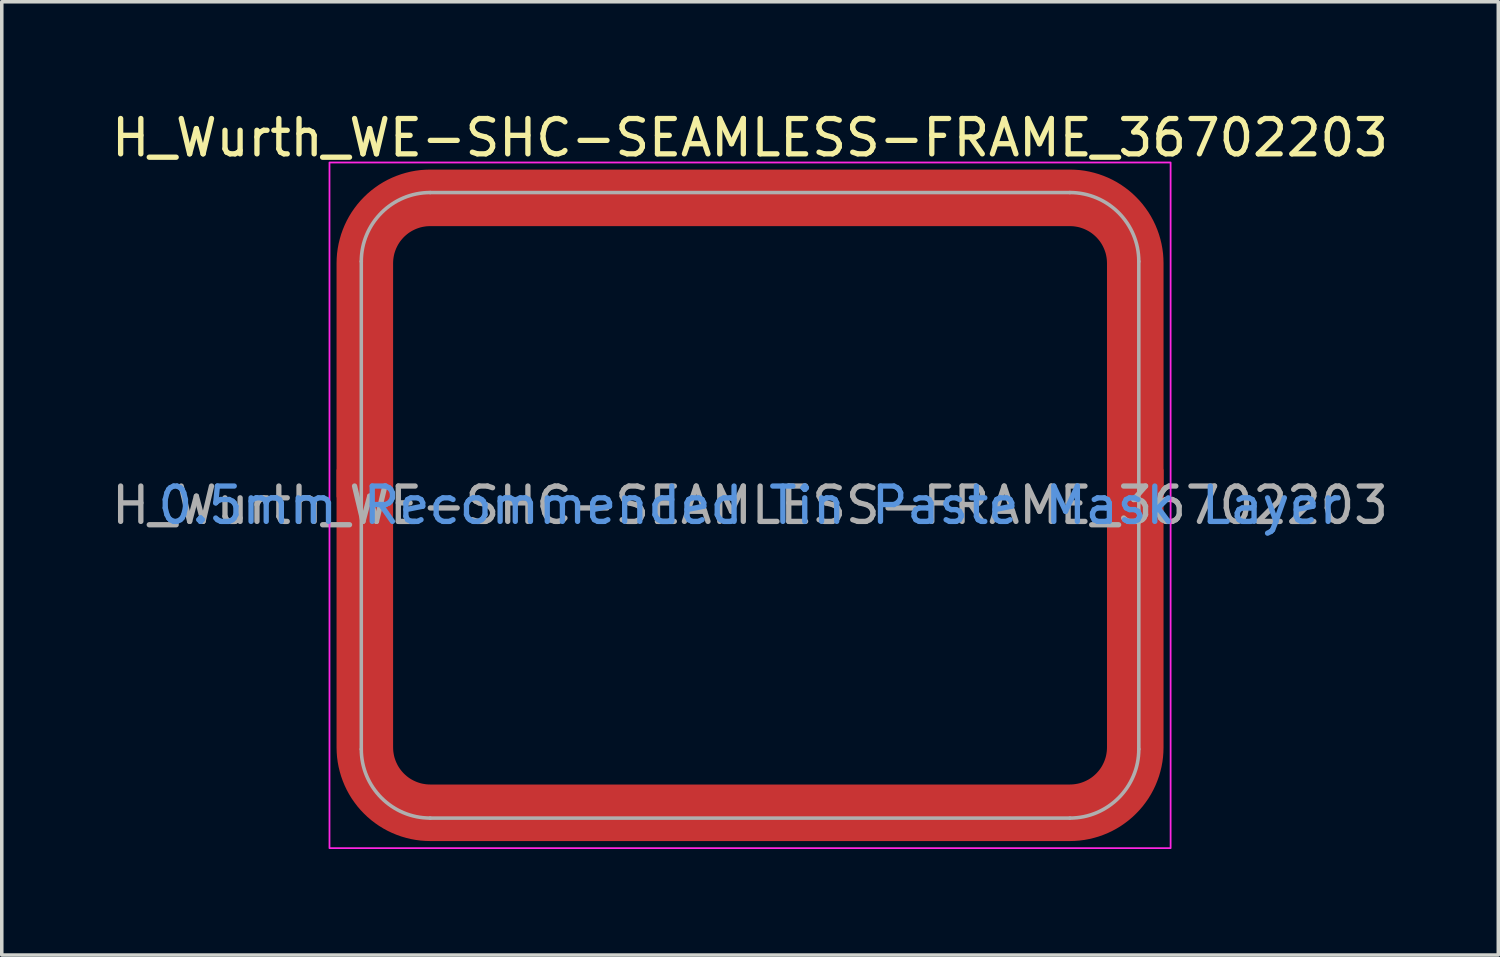
<source format=kicad_pcb>
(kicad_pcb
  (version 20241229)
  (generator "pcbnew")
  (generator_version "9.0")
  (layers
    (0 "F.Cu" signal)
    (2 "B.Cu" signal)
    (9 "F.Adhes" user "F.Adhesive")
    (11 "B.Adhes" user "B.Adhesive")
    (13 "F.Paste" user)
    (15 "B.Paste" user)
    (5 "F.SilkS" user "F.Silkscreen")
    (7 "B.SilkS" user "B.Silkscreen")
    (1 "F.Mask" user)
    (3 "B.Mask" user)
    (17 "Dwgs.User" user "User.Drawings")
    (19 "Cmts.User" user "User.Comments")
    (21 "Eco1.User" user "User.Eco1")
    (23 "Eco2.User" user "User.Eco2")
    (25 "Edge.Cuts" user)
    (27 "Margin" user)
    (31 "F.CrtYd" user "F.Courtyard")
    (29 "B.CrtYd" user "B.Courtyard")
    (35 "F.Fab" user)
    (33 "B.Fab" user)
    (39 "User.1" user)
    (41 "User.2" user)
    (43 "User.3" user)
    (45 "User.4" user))
  (footprint "H_Wurth_WE-SHC-SEAMLESS-FRAME_36702203"
    (layer "F.Cu")
    (at 18.173 11.248)
    (property "Reference" "H_Wurth_WE-SHC-SEAMLESS-FRAME_36702203" (at 0 -10.4 0) (unlocked yes) (layer "F.SilkS") (effects (font (size 1 1) (thickness 0.15))))
    (attr smd)
    (fp_poly (pts (xy -10.15 -0.25) (xy -11.65 -0.25) (xy -11.65 -6.85) (xy -11.646 -6.986) (xy -11.636 -7.122) (xy -11.618 -7.257) (xy -11.593 -7.391) (xy -11.561 -7.523) (xy -11.523 -7.653) (xy -11.477 -7.782) (xy -11.425 -7.908) (xy -11.367 -8.03) (xy -11.302 -8.15) (xy -11.231 -8.266) (xy -11.153 -8.378) (xy -11.071 -8.486) (xy -10.982 -8.59) (xy -10.888 -8.688) (xy -10.79 -8.782) (xy -10.686 -8.871) (xy -10.578 -8.953) (xy -10.466 -9.031) (xy -10.35 -9.102) (xy -10.23 -9.167) (xy -10.108 -9.225) (xy -9.982 -9.277) (xy -9.853 -9.323) (xy -9.723 -9.361) (xy -9.591 -9.393) (xy -9.457 -9.418) (xy -9.322 -9.436) (xy -9.186 -9.446) (xy -9.05 -9.45) (xy 9.05 -9.45) (xy 9.186 -9.446) (xy 9.322 -9.436) (xy 9.457 -9.418) (xy 9.591 -9.393) (xy 9.723 -9.361) (xy 9.853 -9.323) (xy 9.982 -9.277) (xy 10.108 -9.225) (xy 10.23 -9.167) (xy 10.35 -9.102) (xy 10.466 -9.031) (xy 10.578 -8.953) (xy 10.686 -8.871) (xy 10.79 -8.782) (xy 10.888 -8.688) (xy 10.982 -8.59) (xy 11.071 -8.486) (xy 11.153 -8.378) (xy 11.231 -8.266) (xy 11.302 -8.15) (xy 11.367 -8.03) (xy 11.425 -7.908) (xy 11.477 -7.782) (xy 11.523 -7.653) (xy 11.561 -7.523) (xy 11.593 -7.391) (xy 11.618 -7.257) (xy 11.636 -7.122) (xy 11.646 -6.986) (xy 11.65 -6.85) (xy 11.65 -0.25) (xy 10.15 -0.25) (xy 10.15 -6.85) (xy 10.148 -6.908) (xy 10.144 -6.965) (xy 10.136 -7.022) (xy 10.126 -7.079) (xy 10.113 -7.135) (xy 10.096 -7.19) (xy 10.077 -7.244) (xy 10.055 -7.297) (xy 10.03 -7.349) (xy 10.003 -7.4) (xy 9.973 -7.449) (xy 9.94 -7.497) (xy 9.905 -7.542) (xy 9.867 -7.586) (xy 9.828 -7.628) (xy 9.786 -7.667) (xy 9.742 -7.705) (xy 9.697 -7.74) (xy 9.649 -7.773) (xy 9.6 -7.803) (xy 9.549 -7.83) (xy 9.497 -7.855) (xy 9.444 -7.877) (xy 9.39 -7.896) (xy 9.335 -7.913) (xy 9.279 -7.926) (xy 9.222 -7.936) (xy 9.165 -7.944) (xy 9.108 -7.948) (xy 9.05 -7.95) (xy -9.05 -7.95) (xy -9.108 -7.948) (xy -9.165 -7.944) (xy -9.222 -7.936) (xy -9.279 -7.926) (xy -9.335 -7.913) (xy -9.39 -7.896) (xy -9.444 -7.877) (xy -9.497 -7.855) (xy -9.549 -7.83) (xy -9.6 -7.803) (xy -9.649 -7.773) (xy -9.697 -7.74) (xy -9.742 -7.705) (xy -9.786 -7.667) (xy -9.828 -7.628) (xy -9.867 -7.586) (xy -9.905 -7.542) (xy -9.94 -7.497) (xy -9.973 -7.449) (xy -10.003 -7.4) (xy -10.03 -7.349) (xy -10.055 -7.297) (xy -10.077 -7.244) (xy -10.096 -7.19) (xy -10.113 -7.135) (xy -10.126 -7.079) (xy -10.136 -7.022) (xy -10.144 -6.965) (xy -10.148 -6.908) (xy -10.15 -6.85) (xy -10.15 -0.25)) (stroke (width 0.1) (type solid)) (fill yes) (layer "F.Cu"))
    (fp_poly (pts (xy -10.15 -0.25) (xy -11.65 -0.25) (xy -11.65 -6.85) (xy -11.646 -6.986) (xy -11.636 -7.122) (xy -11.618 -7.257) (xy -11.593 -7.391) (xy -11.561 -7.523) (xy -11.523 -7.653) (xy -11.477 -7.782) (xy -11.425 -7.908) (xy -11.367 -8.03) (xy -11.302 -8.15) (xy -11.231 -8.266) (xy -11.153 -8.378) (xy -11.071 -8.486) (xy -10.982 -8.59) (xy -10.888 -8.688) (xy -10.79 -8.782) (xy -10.686 -8.871) (xy -10.578 -8.953) (xy -10.466 -9.031) (xy -10.35 -9.102) (xy -10.23 -9.167) (xy -10.108 -9.225) (xy -9.982 -9.277) (xy -9.853 -9.323) (xy -9.723 -9.361) (xy -9.591 -9.393) (xy -9.457 -9.418) (xy -9.322 -9.436) (xy -9.186 -9.446) (xy -9.05 -9.45) (xy 9.05 -9.45) (xy 9.186 -9.446) (xy 9.322 -9.436) (xy 9.457 -9.418) (xy 9.591 -9.393) (xy 9.723 -9.361) (xy 9.853 -9.323) (xy 9.982 -9.277) (xy 10.108 -9.225) (xy 10.23 -9.167) (xy 10.35 -9.102) (xy 10.466 -9.031) (xy 10.578 -8.953) (xy 10.686 -8.871) (xy 10.79 -8.782) (xy 10.888 -8.688) (xy 10.982 -8.59) (xy 11.071 -8.486) (xy 11.153 -8.378) (xy 11.231 -8.266) (xy 11.302 -8.15) (xy 11.367 -8.03) (xy 11.425 -7.908) (xy 11.477 -7.782) (xy 11.523 -7.653) (xy 11.561 -7.523) (xy 11.593 -7.391) (xy 11.618 -7.257) (xy 11.636 -7.122) (xy 11.646 -6.986) (xy 11.65 -6.85) (xy 11.65 -0.25) (xy 10.15 -0.25) (xy 10.15 -6.85) (xy 10.148 -6.908) (xy 10.144 -6.965) (xy 10.136 -7.022) (xy 10.126 -7.079) (xy 10.113 -7.135) (xy 10.096 -7.19) (xy 10.077 -7.244) (xy 10.055 -7.297) (xy 10.03 -7.349) (xy 10.003 -7.4) (xy 9.973 -7.449) (xy 9.94 -7.497) (xy 9.905 -7.542) (xy 9.867 -7.586) (xy 9.828 -7.628) (xy 9.786 -7.667) (xy 9.742 -7.705) (xy 9.697 -7.74) (xy 9.649 -7.773) (xy 9.6 -7.803) (xy 9.549 -7.83) (xy 9.497 -7.855) (xy 9.444 -7.877) (xy 9.39 -7.896) (xy 9.335 -7.913) (xy 9.279 -7.926) (xy 9.222 -7.936) (xy 9.165 -7.944) (xy 9.108 -7.948) (xy 9.05 -7.95) (xy -9.05 -7.95) (xy -9.108 -7.948) (xy -9.165 -7.944) (xy -9.222 -7.936) (xy -9.279 -7.926) (xy -9.335 -7.913) (xy -9.39 -7.896) (xy -9.444 -7.877) (xy -9.497 -7.855) (xy -9.549 -7.83) (xy -9.6 -7.803) (xy -9.649 -7.773) (xy -9.697 -7.74) (xy -9.742 -7.705) (xy -9.786 -7.667) (xy -9.828 -7.628) (xy -9.867 -7.586) (xy -9.905 -7.542) (xy -9.94 -7.497) (xy -9.973 -7.449) (xy -10.003 -7.4) (xy -10.03 -7.349) (xy -10.055 -7.297) (xy -10.077 -7.244) (xy -10.096 -7.19) (xy -10.113 -7.135) (xy -10.126 -7.079) (xy -10.136 -7.022) (xy -10.144 -6.965) (xy -10.148 -6.908) (xy -10.15 -6.85) (xy -10.15 -0.25)) (stroke (width 0.1) (type solid)) (fill yes) (layer "F.Mask"))
    (fp_poly (pts (xy -10.15 -0.25) (xy -11.65 -0.25) (xy -11.65 -6.85) (xy -11.646 -6.986) (xy -11.636 -7.122) (xy -11.618 -7.257) (xy -11.593 -7.391) (xy -11.561 -7.523) (xy -11.523 -7.653) (xy -11.477 -7.782) (xy -11.425 -7.908) (xy -11.367 -8.03) (xy -11.302 -8.15) (xy -11.231 -8.266) (xy -11.153 -8.378) (xy -11.071 -8.486) (xy -10.982 -8.59) (xy -10.888 -8.688) (xy -10.79 -8.782) (xy -10.686 -8.871) (xy -10.578 -8.953) (xy -10.466 -9.031) (xy -10.35 -9.102) (xy -10.23 -9.167) (xy -10.108 -9.225) (xy -9.982 -9.277) (xy -9.853 -9.323) (xy -9.723 -9.361) (xy -9.591 -9.393) (xy -9.457 -9.418) (xy -9.322 -9.436) (xy -9.186 -9.446) (xy -9.05 -9.45) (xy 9.05 -9.45) (xy 9.186 -9.446) (xy 9.322 -9.436) (xy 9.457 -9.418) (xy 9.591 -9.393) (xy 9.723 -9.361) (xy 9.853 -9.323) (xy 9.982 -9.277) (xy 10.108 -9.225) (xy 10.23 -9.167) (xy 10.35 -9.102) (xy 10.466 -9.031) (xy 10.578 -8.953) (xy 10.686 -8.871) (xy 10.79 -8.782) (xy 10.888 -8.688) (xy 10.982 -8.59) (xy 11.071 -8.486) (xy 11.153 -8.378) (xy 11.231 -8.266) (xy 11.302 -8.15) (xy 11.367 -8.03) (xy 11.425 -7.908) (xy 11.477 -7.782) (xy 11.523 -7.653) (xy 11.561 -7.523) (xy 11.593 -7.391) (xy 11.618 -7.257) (xy 11.636 -7.122) (xy 11.646 -6.986) (xy 11.65 -6.85) (xy 11.65 -0.25) (xy 10.15 -0.25) (xy 10.15 -6.85) (xy 10.148 -6.908) (xy 10.144 -6.965) (xy 10.136 -7.022) (xy 10.126 -7.079) (xy 10.113 -7.135) (xy 10.096 -7.19) (xy 10.077 -7.244) (xy 10.055 -7.297) (xy 10.03 -7.349) (xy 10.003 -7.4) (xy 9.973 -7.449) (xy 9.94 -7.497) (xy 9.905 -7.542) (xy 9.867 -7.586) (xy 9.828 -7.628) (xy 9.786 -7.667) (xy 9.742 -7.705) (xy 9.697 -7.74) (xy 9.649 -7.773) (xy 9.6 -7.803) (xy 9.549 -7.83) (xy 9.497 -7.855) (xy 9.444 -7.877) (xy 9.39 -7.896) (xy 9.335 -7.913) (xy 9.279 -7.926) (xy 9.222 -7.936) (xy 9.165 -7.944) (xy 9.108 -7.948) (xy 9.05 -7.95) (xy -9.05 -7.95) (xy -9.108 -7.948) (xy -9.165 -7.944) (xy -9.222 -7.936) (xy -9.279 -7.926) (xy -9.335 -7.913) (xy -9.39 -7.896) (xy -9.444 -7.877) (xy -9.497 -7.855) (xy -9.549 -7.83) (xy -9.6 -7.803) (xy -9.649 -7.773) (xy -9.697 -7.74) (xy -9.742 -7.705) (xy -9.786 -7.667) (xy -9.828 -7.628) (xy -9.867 -7.586) (xy -9.905 -7.542) (xy -9.94 -7.497) (xy -9.973 -7.449) (xy -10.003 -7.4) (xy -10.03 -7.349) (xy -10.055 -7.297) (xy -10.077 -7.244) (xy -10.096 -7.19) (xy -10.113 -7.135) (xy -10.126 -7.079) (xy -10.136 -7.022) (xy -10.144 -6.965) (xy -10.148 -6.908) (xy -10.15 -6.85) (xy -10.15 -0.25)) (stroke (width 0.1) (type solid)) (fill yes) (layer "F.Paste"))
    (fp_rect (start -11.9 -9.7) (end 11.9 9.7) (stroke (width 0.05) (type solid)) (fill no) (layer "F.CrtYd"))
    (fp_line (start -11 6.9) (end -11 -6.9) (stroke (width 0.1) (type solid)) (layer "F.Fab"))
    (fp_line (start -9.05 -8.85) (end 9.05 -8.85) (stroke (width 0.1) (type solid)) (layer "F.Fab"))
    (fp_line (start -9.05 8.85) (end 9.05 8.85) (stroke (width 0.1) (type solid)) (layer "F.Fab"))
    (fp_line (start 11 6.9) (end 11 -6.9) (stroke (width 0.1) (type solid)) (layer "F.Fab"))
    (fp_arc (start -11 -6.9) (mid -10.428859 -8.278859) (end -9.05 -8.85) (stroke (width 0.1) (type solid)) (layer "F.Fab"))
    (fp_arc (start -9.05 8.85) (mid -10.428859 8.278859) (end -11 6.9) (stroke (width 0.1) (type solid)) (layer "F.Fab"))
    (fp_arc (start 9.05 -8.85) (mid 10.428859 -8.278859) (end 11 -6.9) (stroke (width 0.1) (type solid)) (layer "F.Fab"))
    (fp_arc (start 11 6.9) (mid 10.428859 8.278859) (end 9.05 8.85) (stroke (width 0.1) (type solid)) (layer "F.Fab"))
    (fp_text user "0.5mm Recommended Tin Paste Mask Layer" (at 0 0 0) (unlocked yes) (layer "Cmts.User") (effects (font (size 1 1) (thickness 0.15))))
    (fp_text user "${REFERENCE}" (at 0 0 0) (unlocked yes) (layer "F.Fab") (effects (font (size 1 1) (thickness 0.15))))
    (pad "1" smd custom (at 10.9 0) (size 1.5 0.1) (layers "F.Cu" "F.Mask" "F.Paste") (options (anchor rect)) (primitives (gr_poly (pts (xy -0.75 -1) (xy 0.75 -1) (xy 0.75 6.85) (xy 0.746 6.986) (xy 0.736 7.122) (xy 0.718 7.257) (xy 0.693 7.391) (xy 0.661 7.523) (xy 0.623 7.653) (xy 0.577 7.782) (xy 0.525 7.908) (xy 0.467 8.03) (xy 0.402 8.15) (xy 0.331 8.266) (xy 0.253 8.378) (xy 0.171 8.486) (xy 0.082 8.59) (xy -0.012 8.688) (xy -0.11 8.782) (xy -0.214 8.871) (xy -0.322 8.953) (xy -0.434 9.031) (xy -0.55 9.102) (xy -0.67 9.167) (xy -0.792 9.225) (xy -0.918 9.277) (xy -1.047 9.323) (xy -1.177 9.361) (xy -1.309 9.393) (xy -1.443 9.418) (xy -1.578 9.436) (xy -1.714 9.446) (xy -1.85 9.45) (xy -19.95 9.45) (xy -20.086 9.446) (xy -20.222 9.436) (xy -20.357 9.418) (xy -20.491 9.393) (xy -20.623 9.361) (xy -20.753 9.323) (xy -20.882 9.277) (xy -21.008 9.225) (xy -21.13 9.167) (xy -21.25 9.102) (xy -21.366 9.031) (xy -21.478 8.953) (xy -21.586 8.871) (xy -21.69 8.782) (xy -21.788 8.688) (xy -21.882 8.59) (xy -21.971 8.486) (xy -22.053 8.378) (xy -22.131 8.266) (xy -22.202 8.15) (xy -22.267 8.03) (xy -22.325 7.908) (xy -22.377 7.782) (xy -22.423 7.653) (xy -22.461 7.523) (xy -22.493 7.391) (xy -22.518 7.257) (xy -22.536 7.122) (xy -22.546 6.986) (xy -22.55 6.85) (xy -22.55 -1) (xy -21.05 -1) (xy -21.05 6.85) (xy -21.048 6.908) (xy -21.044 6.965) (xy -21.036 7.022) (xy -21.026 7.079) (xy -21.013 7.135) (xy -20.996 7.19) (xy -20.977 7.244) (xy -20.955 7.297) (xy -20.93 7.349) (xy -20.903 7.4) (xy -20.873 7.449) (xy -20.84 7.497) (xy -20.805 7.542) (xy -20.767 7.586) (xy -20.728 7.628) (xy -20.686 7.667) (xy -20.642 7.705) (xy -20.597 7.74) (xy -20.549 7.773) (xy -20.5 7.803) (xy -20.449 7.83) (xy -20.397 7.855) (xy -20.344 7.877) (xy -20.29 7.896) (xy -20.235 7.913) (xy -20.179 7.926) (xy -20.122 7.936) (xy -20.065 7.944) (xy -20.008 7.948) (xy -19.95 7.95) (xy -1.85 7.95) (xy -1.792 7.948) (xy -1.735 7.944) (xy -1.678 7.936) (xy -1.621 7.926) (xy -1.565 7.913) (xy -1.51 7.896) (xy -1.456 7.877) (xy -1.403 7.855) (xy -1.351 7.83) (xy -1.3 7.803) (xy -1.251 7.773) (xy -1.203 7.74) (xy -1.158 7.705) (xy -1.114 7.667) (xy -1.072 7.628) (xy -1.033 7.586) (xy -0.995 7.542) (xy -0.96 7.497) (xy -0.927 7.449) (xy -0.897 7.4) (xy -0.87 7.349) (xy -0.845 7.297) (xy -0.823 7.244) (xy -0.804 7.19) (xy -0.787 7.135) (xy -0.774 7.079) (xy -0.764 7.022) (xy -0.756 6.965) (xy -0.752 6.908) (xy -0.75 6.85) (xy -0.75 -1)) (width 0.1) (fill yes)))))
  (gr_rect
    (start -3 -3)
    (end 39.345 23.973)
    (stroke (width 0.1) (type default))
    (fill no)
    (layer "Edge.Cuts")))
</source>
